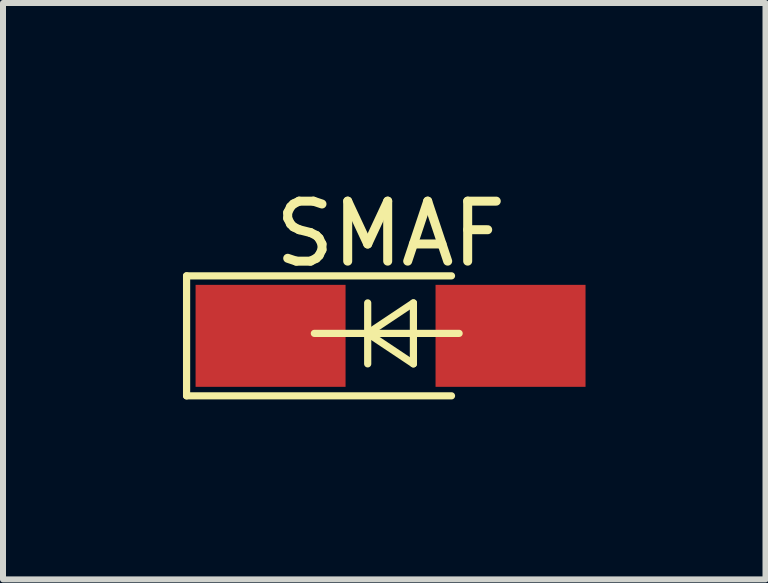
<source format=kicad_pcb>
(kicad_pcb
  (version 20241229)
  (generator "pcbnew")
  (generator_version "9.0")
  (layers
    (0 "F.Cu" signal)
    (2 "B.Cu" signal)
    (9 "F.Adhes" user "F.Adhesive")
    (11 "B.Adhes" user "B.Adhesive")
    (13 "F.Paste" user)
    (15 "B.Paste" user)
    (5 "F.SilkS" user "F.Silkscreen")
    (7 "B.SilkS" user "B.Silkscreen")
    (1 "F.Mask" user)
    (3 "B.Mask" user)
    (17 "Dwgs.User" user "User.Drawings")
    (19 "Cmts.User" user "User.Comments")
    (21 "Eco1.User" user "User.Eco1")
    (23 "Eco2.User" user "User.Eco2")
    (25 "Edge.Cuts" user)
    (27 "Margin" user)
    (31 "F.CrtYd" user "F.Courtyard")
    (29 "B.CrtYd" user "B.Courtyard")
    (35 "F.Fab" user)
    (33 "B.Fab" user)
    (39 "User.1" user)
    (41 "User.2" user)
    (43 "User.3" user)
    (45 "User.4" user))
  (footprint "SMAF"
    (layer "F.Cu")
    (at 3.46 0.348)
    (property "Reference" "SMAF" (at 0 0.5 0) (layer "F.SilkS") (effects (font (size 1 1) (thickness 0.15))))
    (attr through_hole)
    (fp_line (start -3.4 1.2) (end 1.016 1.2) (stroke (width 0.12) (type solid)) (layer "F.SilkS"))
    (fp_line (start -3.4 3.2) (end -3.4 1.2) (stroke (width 0.12) (type solid)) (layer "F.SilkS"))
    (fp_line (start -1.27 2.159) (end 1.143 2.159) (stroke (width 0.12) (type solid)) (layer "F.SilkS"))
    (fp_line (start -0.381 1.651) (end -0.381 2.667) (stroke (width 0.12) (type solid)) (layer "F.SilkS"))
    (fp_line (start -0.381 2.159) (end 0.381 1.651) (stroke (width 0.12) (type solid)) (layer "F.SilkS"))
    (fp_line (start 0.381 1.651) (end 0.381 2.667) (stroke (width 0.12) (type solid)) (layer "F.SilkS"))
    (fp_line (start 0.381 2.667) (end -0.381 2.159) (stroke (width 0.12) (type solid)) (layer "F.SilkS"))
    (fp_line (start 1.016 3.2) (end -3.4 3.2) (stroke (width 0.12) (type solid)) (layer "F.SilkS"))
    (pad "1" smd rect (at -2 2.2) (size 2.5 1.7) (layers "F.Cu" "F.Mask" "F.Paste"))
    (pad "2" smd rect (at 2 2.2) (size 2.5 1.7) (layers "F.Cu" "F.Mask" "F.Paste")))
  (gr_rect
    (start -3 -3)
    (end 9.71 6.608)
    (stroke (width 0.1) (type default))
    (fill no)
    (layer "Edge.Cuts")))
</source>
